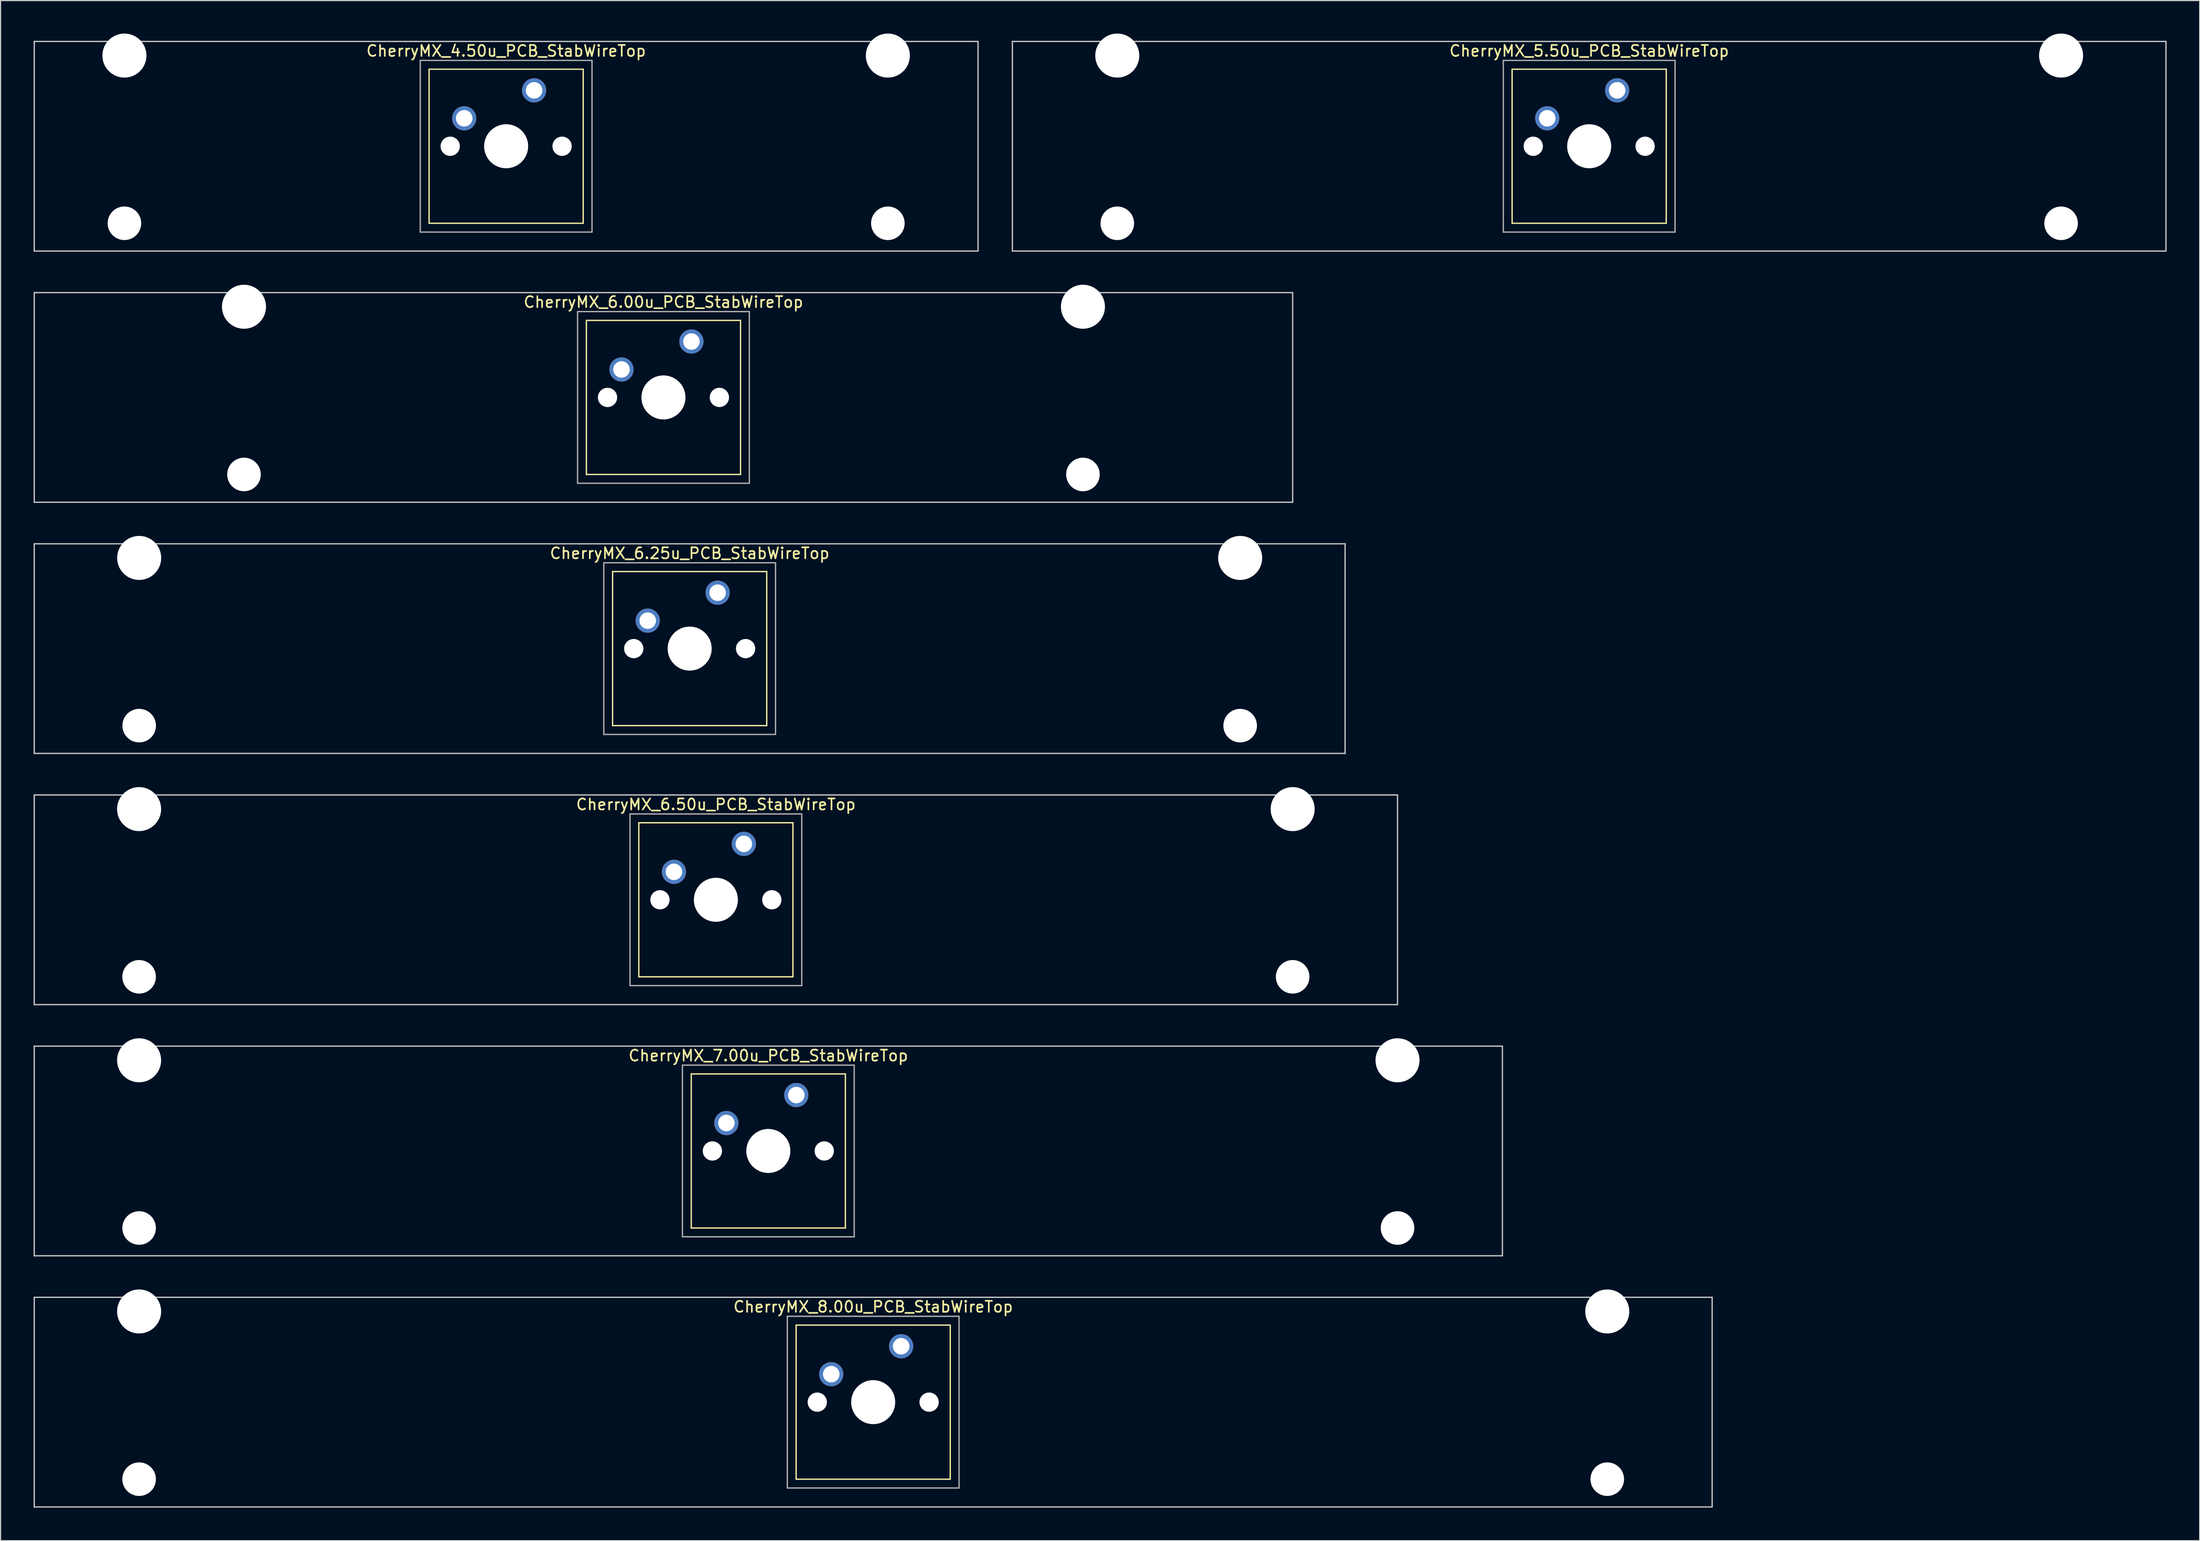
<source format=kicad_pcb>
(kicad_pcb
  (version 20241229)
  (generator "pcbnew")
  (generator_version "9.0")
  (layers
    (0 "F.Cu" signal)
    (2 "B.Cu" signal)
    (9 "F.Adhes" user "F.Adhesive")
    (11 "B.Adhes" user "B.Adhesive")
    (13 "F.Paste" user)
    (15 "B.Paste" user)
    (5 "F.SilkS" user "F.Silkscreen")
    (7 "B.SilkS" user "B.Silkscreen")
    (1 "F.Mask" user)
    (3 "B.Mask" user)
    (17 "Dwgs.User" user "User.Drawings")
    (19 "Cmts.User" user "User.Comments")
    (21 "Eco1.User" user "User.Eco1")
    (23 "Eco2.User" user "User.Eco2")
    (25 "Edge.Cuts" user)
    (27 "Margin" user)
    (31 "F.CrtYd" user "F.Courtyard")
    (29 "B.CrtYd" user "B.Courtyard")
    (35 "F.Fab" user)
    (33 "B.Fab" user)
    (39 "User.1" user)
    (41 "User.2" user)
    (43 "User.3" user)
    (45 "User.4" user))
  (footprint "CherryMX_6.50u_PCB_StabWireTop"
    (layer "F.Cu")
    (at 61.972 78.715)
    (property "Reference" "CherryMX_6.50u_PCB_StabWireTop" (at 0 -8.662 0) (layer "F.SilkS") (effects (font (size 1 1) (thickness 0.15))))
    (attr through_hole)
    (fp_line (start -7 -7) (end -7 7) (stroke (width 0.12) (type solid)) (layer "F.SilkS"))
    (fp_line (start -7 -7) (end 7 -7) (stroke (width 0.12) (type solid)) (layer "F.SilkS"))
    (fp_line (start 7 -7) (end 7 7) (stroke (width 0.12) (type solid)) (layer "F.SilkS"))
    (fp_line (start 7 7) (end -7 7) (stroke (width 0.12) (type solid)) (layer "F.SilkS"))
    (fp_line (start -61.913 -9.525) (end 61.913 -9.525) (stroke (width 0.12) (type solid)) (layer "Dwgs.User"))
    (fp_line (start -61.913 9.525) (end -61.913 -9.525) (stroke (width 0.12) (type solid)) (layer "Dwgs.User"))
    (fp_line (start 61.913 -9.525) (end 61.913 9.525) (stroke (width 0.12) (type solid)) (layer "Dwgs.User"))
    (fp_line (start 61.913 9.525) (end -61.913 9.525) (stroke (width 0.12) (type solid)) (layer "Dwgs.User"))
    (fp_line (start -7.8 -7.8) (end -7.8 7.8) (stroke (width 0.12) (type solid)) (layer "F.Fab"))
    (fp_line (start -7.8 -7.8) (end 7.8 -7.8) (stroke (width 0.12) (type solid)) (layer "F.Fab"))
    (fp_line (start -7.8 7.8) (end 7.8 7.8) (stroke (width 0.12) (type solid)) (layer "F.Fab"))
    (fp_line (start 7.8 -7.8) (end 7.8 7.8) (stroke (width 0.12) (type solid)) (layer "F.Fab"))
    (pad "" np_thru_hole circle (at -52.388 -8.24) (size 4 4) (drill 4) (layers "*.Cu" "*.Mask"))
    (pad "" np_thru_hole circle (at -52.388 7) (size 3.05 3.05) (drill 3.05) (layers "*.Cu" "*.Mask"))
    (pad "" np_thru_hole circle (at -5.08 0) (size 1.75 1.75) (drill 1.75) (layers "*.Cu" "*.Mask"))
    (pad "" np_thru_hole circle (at 0 0) (size 4 4) (drill 4) (layers "*.Cu" "*.Mask"))
    (pad "" np_thru_hole circle (at 5.08 0) (size 1.75 1.75) (drill 1.75) (layers "*.Cu" "*.Mask"))
    (pad "" np_thru_hole circle (at 52.388 -8.24) (size 4 4) (drill 4) (layers "*.Cu" "*.Mask"))
    (pad "" np_thru_hole circle (at 52.388 7) (size 3.05 3.05) (drill 3.05) (layers "*.Cu" "*.Mask"))
    (pad "1" thru_hole circle (at -3.81 -2.54) (size 2.2 2.2) (drill 1.5) (layers "*.Cu" "*.Mask"))
    (pad "2" thru_hole circle (at 2.54 -5.08) (size 2.2 2.2) (drill 1.5) (layers "*.Cu" "*.Mask")))
  (footprint "CherryMX_7.00u_PCB_StabWireTop"
    (layer "F.Cu")
    (at 66.735 101.54)
    (property "Reference" "CherryMX_7.00u_PCB_StabWireTop" (at 0 -8.662 0) (layer "F.SilkS") (effects (font (size 1 1) (thickness 0.15))))
    (attr through_hole)
    (fp_line (start -7 -7) (end -7 7) (stroke (width 0.12) (type solid)) (layer "F.SilkS"))
    (fp_line (start -7 -7) (end 7 -7) (stroke (width 0.12) (type solid)) (layer "F.SilkS"))
    (fp_line (start 7 -7) (end 7 7) (stroke (width 0.12) (type solid)) (layer "F.SilkS"))
    (fp_line (start 7 7) (end -7 7) (stroke (width 0.12) (type solid)) (layer "F.SilkS"))
    (fp_line (start -66.675 -9.525) (end 66.675 -9.525) (stroke (width 0.12) (type solid)) (layer "Dwgs.User"))
    (fp_line (start -66.675 9.525) (end -66.675 -9.525) (stroke (width 0.12) (type solid)) (layer "Dwgs.User"))
    (fp_line (start 66.675 -9.525) (end 66.675 9.525) (stroke (width 0.12) (type solid)) (layer "Dwgs.User"))
    (fp_line (start 66.675 9.525) (end -66.675 9.525) (stroke (width 0.12) (type solid)) (layer "Dwgs.User"))
    (fp_line (start -7.8 -7.8) (end -7.8 7.8) (stroke (width 0.12) (type solid)) (layer "F.Fab"))
    (fp_line (start -7.8 -7.8) (end 7.8 -7.8) (stroke (width 0.12) (type solid)) (layer "F.Fab"))
    (fp_line (start -7.8 7.8) (end 7.8 7.8) (stroke (width 0.12) (type solid)) (layer "F.Fab"))
    (fp_line (start 7.8 -7.8) (end 7.8 7.8) (stroke (width 0.12) (type solid)) (layer "F.Fab"))
    (pad "" np_thru_hole circle (at -57.15 -8.24) (size 4 4) (drill 4) (layers "*.Cu" "*.Mask"))
    (pad "" np_thru_hole circle (at -57.15 7) (size 3.05 3.05) (drill 3.05) (layers "*.Cu" "*.Mask"))
    (pad "" np_thru_hole circle (at -5.08 0) (size 1.75 1.75) (drill 1.75) (layers "*.Cu" "*.Mask"))
    (pad "" np_thru_hole circle (at 0 0) (size 4 4) (drill 4) (layers "*.Cu" "*.Mask"))
    (pad "" np_thru_hole circle (at 5.08 0) (size 1.75 1.75) (drill 1.75) (layers "*.Cu" "*.Mask"))
    (pad "" np_thru_hole circle (at 57.15 -8.24) (size 4 4) (drill 4) (layers "*.Cu" "*.Mask"))
    (pad "" np_thru_hole circle (at 57.15 7) (size 3.05 3.05) (drill 3.05) (layers "*.Cu" "*.Mask"))
    (pad "1" thru_hole circle (at -3.81 -2.54) (size 2.2 2.2) (drill 1.5) (layers "*.Cu" "*.Mask"))
    (pad "2" thru_hole circle (at 2.54 -5.08) (size 2.2 2.2) (drill 1.5) (layers "*.Cu" "*.Mask")))
  (footprint "CherryMX_4.50u_PCB_StabWireTop"
    (layer "F.Cu")
    (at 42.922 10.24)
    (property "Reference" "CherryMX_4.50u_PCB_StabWireTop" (at 0 -8.662 0) (layer "F.SilkS") (effects (font (size 1 1) (thickness 0.15))))
    (attr through_hole)
    (fp_line (start -7 -7) (end -7 7) (stroke (width 0.12) (type solid)) (layer "F.SilkS"))
    (fp_line (start -7 -7) (end 7 -7) (stroke (width 0.12) (type solid)) (layer "F.SilkS"))
    (fp_line (start 7 -7) (end 7 7) (stroke (width 0.12) (type solid)) (layer "F.SilkS"))
    (fp_line (start 7 7) (end -7 7) (stroke (width 0.12) (type solid)) (layer "F.SilkS"))
    (fp_line (start -42.862 -9.525) (end 42.862 -9.525) (stroke (width 0.12) (type solid)) (layer "Dwgs.User"))
    (fp_line (start -42.862 9.525) (end -42.862 -9.525) (stroke (width 0.12) (type solid)) (layer "Dwgs.User"))
    (fp_line (start 42.862 -9.525) (end 42.862 9.525) (stroke (width 0.12) (type solid)) (layer "Dwgs.User"))
    (fp_line (start 42.862 9.525) (end -42.862 9.525) (stroke (width 0.12) (type solid)) (layer "Dwgs.User"))
    (fp_line (start -7.8 -7.8) (end -7.8 7.8) (stroke (width 0.12) (type solid)) (layer "F.Fab"))
    (fp_line (start -7.8 -7.8) (end 7.8 -7.8) (stroke (width 0.12) (type solid)) (layer "F.Fab"))
    (fp_line (start -7.8 7.8) (end 7.8 7.8) (stroke (width 0.12) (type solid)) (layer "F.Fab"))
    (fp_line (start 7.8 -7.8) (end 7.8 7.8) (stroke (width 0.12) (type solid)) (layer "F.Fab"))
    (pad "" np_thru_hole circle (at -34.671 -8.24) (size 4 4) (drill 4) (layers "*.Cu" "*.Mask"))
    (pad "" np_thru_hole circle (at -34.671 7) (size 3.05 3.05) (drill 3.05) (layers "*.Cu" "*.Mask"))
    (pad "" np_thru_hole circle (at -5.08 0) (size 1.75 1.75) (drill 1.75) (layers "*.Cu" "*.Mask"))
    (pad "" np_thru_hole circle (at 0 0) (size 4 4) (drill 4) (layers "*.Cu" "*.Mask"))
    (pad "" np_thru_hole circle (at 5.08 0) (size 1.75 1.75) (drill 1.75) (layers "*.Cu" "*.Mask"))
    (pad "" np_thru_hole circle (at 34.671 -8.24) (size 4 4) (drill 4) (layers "*.Cu" "*.Mask"))
    (pad "" np_thru_hole circle (at 34.671 7) (size 3.05 3.05) (drill 3.05) (layers "*.Cu" "*.Mask"))
    (pad "1" thru_hole circle (at -3.81 -2.54) (size 2.2 2.2) (drill 1.5) (layers "*.Cu" "*.Mask"))
    (pad "2" thru_hole circle (at 2.54 -5.08) (size 2.2 2.2) (drill 1.5) (layers "*.Cu" "*.Mask")))
  (footprint "CherryMX_8.00u_PCB_StabWireTop"
    (layer "F.Cu")
    (at 76.26 124.365)
    (property "Reference" "CherryMX_8.00u_PCB_StabWireTop" (at 0 -8.662 0) (layer "F.SilkS") (effects (font (size 1 1) (thickness 0.15))))
    (attr through_hole)
    (fp_line (start -7 -7) (end -7 7) (stroke (width 0.12) (type solid)) (layer "F.SilkS"))
    (fp_line (start -7 -7) (end 7 -7) (stroke (width 0.12) (type solid)) (layer "F.SilkS"))
    (fp_line (start 7 -7) (end 7 7) (stroke (width 0.12) (type solid)) (layer "F.SilkS"))
    (fp_line (start 7 7) (end -7 7) (stroke (width 0.12) (type solid)) (layer "F.SilkS"))
    (fp_line (start -76.2 -9.525) (end 76.2 -9.525) (stroke (width 0.12) (type solid)) (layer "Dwgs.User"))
    (fp_line (start -76.2 9.525) (end -76.2 -9.525) (stroke (width 0.12) (type solid)) (layer "Dwgs.User"))
    (fp_line (start 76.2 -9.525) (end 76.2 9.525) (stroke (width 0.12) (type solid)) (layer "Dwgs.User"))
    (fp_line (start 76.2 9.525) (end -76.2 9.525) (stroke (width 0.12) (type solid)) (layer "Dwgs.User"))
    (fp_line (start -7.8 -7.8) (end -7.8 7.8) (stroke (width 0.12) (type solid)) (layer "F.Fab"))
    (fp_line (start -7.8 -7.8) (end 7.8 -7.8) (stroke (width 0.12) (type solid)) (layer "F.Fab"))
    (fp_line (start -7.8 7.8) (end 7.8 7.8) (stroke (width 0.12) (type solid)) (layer "F.Fab"))
    (fp_line (start 7.8 -7.8) (end 7.8 7.8) (stroke (width 0.12) (type solid)) (layer "F.Fab"))
    (pad "" np_thru_hole circle (at -66.675 -8.24) (size 4 4) (drill 4) (layers "*.Cu" "*.Mask"))
    (pad "" np_thru_hole circle (at -66.675 7) (size 3.05 3.05) (drill 3.05) (layers "*.Cu" "*.Mask"))
    (pad "" np_thru_hole circle (at -5.08 0) (size 1.75 1.75) (drill 1.75) (layers "*.Cu" "*.Mask"))
    (pad "" np_thru_hole circle (at 0 0) (size 4 4) (drill 4) (layers "*.Cu" "*.Mask"))
    (pad "" np_thru_hole circle (at 5.08 0) (size 1.75 1.75) (drill 1.75) (layers "*.Cu" "*.Mask"))
    (pad "" np_thru_hole circle (at 66.675 -8.24) (size 4 4) (drill 4) (layers "*.Cu" "*.Mask"))
    (pad "" np_thru_hole circle (at 66.675 7) (size 3.05 3.05) (drill 3.05) (layers "*.Cu" "*.Mask"))
    (pad "1" thru_hole circle (at -3.81 -2.54) (size 2.2 2.2) (drill 1.5) (layers "*.Cu" "*.Mask"))
    (pad "2" thru_hole circle (at 2.54 -5.08) (size 2.2 2.2) (drill 1.5) (layers "*.Cu" "*.Mask")))
  (footprint "CherryMX_6.25u_PCB_StabWireTop"
    (layer "F.Cu")
    (at 59.591 55.89)
    (property "Reference" "CherryMX_6.25u_PCB_StabWireTop" (at 0 -8.662 0) (layer "F.SilkS") (effects (font (size 1 1) (thickness 0.15))))
    (attr through_hole)
    (fp_line (start -7 -7) (end -7 7) (stroke (width 0.12) (type solid)) (layer "F.SilkS"))
    (fp_line (start -7 -7) (end 7 -7) (stroke (width 0.12) (type solid)) (layer "F.SilkS"))
    (fp_line (start 7 -7) (end 7 7) (stroke (width 0.12) (type solid)) (layer "F.SilkS"))
    (fp_line (start 7 7) (end -7 7) (stroke (width 0.12) (type solid)) (layer "F.SilkS"))
    (fp_line (start -59.531 -9.525) (end 59.531 -9.525) (stroke (width 0.12) (type solid)) (layer "Dwgs.User"))
    (fp_line (start -59.531 9.525) (end -59.531 -9.525) (stroke (width 0.12) (type solid)) (layer "Dwgs.User"))
    (fp_line (start 59.531 -9.525) (end 59.531 9.525) (stroke (width 0.12) (type solid)) (layer "Dwgs.User"))
    (fp_line (start 59.531 9.525) (end -59.531 9.525) (stroke (width 0.12) (type solid)) (layer "Dwgs.User"))
    (fp_line (start -7.8 -7.8) (end -7.8 7.8) (stroke (width 0.12) (type solid)) (layer "F.Fab"))
    (fp_line (start -7.8 -7.8) (end 7.8 -7.8) (stroke (width 0.12) (type solid)) (layer "F.Fab"))
    (fp_line (start -7.8 7.8) (end 7.8 7.8) (stroke (width 0.12) (type solid)) (layer "F.Fab"))
    (fp_line (start 7.8 -7.8) (end 7.8 7.8) (stroke (width 0.12) (type solid)) (layer "F.Fab"))
    (pad "" np_thru_hole circle (at -50 -8.24) (size 4 4) (drill 4) (layers "*.Cu" "*.Mask"))
    (pad "" np_thru_hole circle (at -50 7) (size 3.05 3.05) (drill 3.05) (layers "*.Cu" "*.Mask"))
    (pad "" np_thru_hole circle (at -5.08 0) (size 1.75 1.75) (drill 1.75) (layers "*.Cu" "*.Mask"))
    (pad "" np_thru_hole circle (at 0 0) (size 4 4) (drill 4) (layers "*.Cu" "*.Mask"))
    (pad "" np_thru_hole circle (at 5.08 0) (size 1.75 1.75) (drill 1.75) (layers "*.Cu" "*.Mask"))
    (pad "" np_thru_hole circle (at 50 -8.24) (size 4 4) (drill 4) (layers "*.Cu" "*.Mask"))
    (pad "" np_thru_hole circle (at 50 7) (size 3.05 3.05) (drill 3.05) (layers "*.Cu" "*.Mask"))
    (pad "1" thru_hole circle (at -3.81 -2.54) (size 2.2 2.2) (drill 1.5) (layers "*.Cu" "*.Mask"))
    (pad "2" thru_hole circle (at 2.54 -5.08) (size 2.2 2.2) (drill 1.5) (layers "*.Cu" "*.Mask")))
  (footprint "CherryMX_5.50u_PCB_StabWireTop"
    (layer "F.Cu")
    (at 141.292 10.24)
    (property "Reference" "CherryMX_5.50u_PCB_StabWireTop" (at 0 -8.662 0) (layer "F.SilkS") (effects (font (size 1 1) (thickness 0.15))))
    (attr through_hole)
    (fp_line (start -7 -7) (end -7 7) (stroke (width 0.12) (type solid)) (layer "F.SilkS"))
    (fp_line (start -7 -7) (end 7 -7) (stroke (width 0.12) (type solid)) (layer "F.SilkS"))
    (fp_line (start 7 -7) (end 7 7) (stroke (width 0.12) (type solid)) (layer "F.SilkS"))
    (fp_line (start 7 7) (end -7 7) (stroke (width 0.12) (type solid)) (layer "F.SilkS"))
    (fp_line (start -52.388 -9.525) (end 52.388 -9.525) (stroke (width 0.12) (type solid)) (layer "Dwgs.User"))
    (fp_line (start -52.388 9.525) (end -52.388 -9.525) (stroke (width 0.12) (type solid)) (layer "Dwgs.User"))
    (fp_line (start 52.388 -9.525) (end 52.388 9.525) (stroke (width 0.12) (type solid)) (layer "Dwgs.User"))
    (fp_line (start 52.388 9.525) (end -52.388 9.525) (stroke (width 0.12) (type solid)) (layer "Dwgs.User"))
    (fp_line (start -7.8 -7.8) (end -7.8 7.8) (stroke (width 0.12) (type solid)) (layer "F.Fab"))
    (fp_line (start -7.8 -7.8) (end 7.8 -7.8) (stroke (width 0.12) (type solid)) (layer "F.Fab"))
    (fp_line (start -7.8 7.8) (end 7.8 7.8) (stroke (width 0.12) (type solid)) (layer "F.Fab"))
    (fp_line (start 7.8 -7.8) (end 7.8 7.8) (stroke (width 0.12) (type solid)) (layer "F.Fab"))
    (pad "" np_thru_hole circle (at -42.862 -8.24) (size 4 4) (drill 4) (layers "*.Cu" "*.Mask"))
    (pad "" np_thru_hole circle (at -42.862 7) (size 3.05 3.05) (drill 3.05) (layers "*.Cu" "*.Mask"))
    (pad "" np_thru_hole circle (at -5.08 0) (size 1.75 1.75) (drill 1.75) (layers "*.Cu" "*.Mask"))
    (pad "" np_thru_hole circle (at 0 0) (size 4 4) (drill 4) (layers "*.Cu" "*.Mask"))
    (pad "" np_thru_hole circle (at 5.08 0) (size 1.75 1.75) (drill 1.75) (layers "*.Cu" "*.Mask"))
    (pad "" np_thru_hole circle (at 42.862 -8.24) (size 4 4) (drill 4) (layers "*.Cu" "*.Mask"))
    (pad "" np_thru_hole circle (at 42.862 7) (size 3.05 3.05) (drill 3.05) (layers "*.Cu" "*.Mask"))
    (pad "1" thru_hole circle (at -3.81 -2.54) (size 2.2 2.2) (drill 1.5) (layers "*.Cu" "*.Mask"))
    (pad "2" thru_hole circle (at 2.54 -5.08) (size 2.2 2.2) (drill 1.5) (layers "*.Cu" "*.Mask")))
  (footprint "CherryMX_6.00u_PCB_StabWireTop"
    (layer "F.Cu")
    (at 57.21 33.065)
    (property "Reference" "CherryMX_6.00u_PCB_StabWireTop" (at 0 -8.662 0) (layer "F.SilkS") (effects (font (size 1 1) (thickness 0.15))))
    (attr through_hole)
    (fp_line (start -7 -7) (end -7 7) (stroke (width 0.12) (type solid)) (layer "F.SilkS"))
    (fp_line (start -7 -7) (end 7 -7) (stroke (width 0.12) (type solid)) (layer "F.SilkS"))
    (fp_line (start 7 -7) (end 7 7) (stroke (width 0.12) (type solid)) (layer "F.SilkS"))
    (fp_line (start 7 7) (end -7 7) (stroke (width 0.12) (type solid)) (layer "F.SilkS"))
    (fp_line (start -57.15 -9.525) (end 57.15 -9.525) (stroke (width 0.12) (type solid)) (layer "Dwgs.User"))
    (fp_line (start -57.15 9.525) (end -57.15 -9.525) (stroke (width 0.12) (type solid)) (layer "Dwgs.User"))
    (fp_line (start 57.15 -9.525) (end 57.15 9.525) (stroke (width 0.12) (type solid)) (layer "Dwgs.User"))
    (fp_line (start 57.15 9.525) (end -57.15 9.525) (stroke (width 0.12) (type solid)) (layer "Dwgs.User"))
    (fp_line (start -7.8 -7.8) (end -7.8 7.8) (stroke (width 0.12) (type solid)) (layer "F.Fab"))
    (fp_line (start -7.8 -7.8) (end 7.8 -7.8) (stroke (width 0.12) (type solid)) (layer "F.Fab"))
    (fp_line (start -7.8 7.8) (end 7.8 7.8) (stroke (width 0.12) (type solid)) (layer "F.Fab"))
    (fp_line (start 7.8 -7.8) (end 7.8 7.8) (stroke (width 0.12) (type solid)) (layer "F.Fab"))
    (pad "" np_thru_hole circle (at -38.1 -8.24) (size 4 4) (drill 4) (layers "*.Cu" "*.Mask"))
    (pad "" np_thru_hole circle (at -38.1 7) (size 3.05 3.05) (drill 3.05) (layers "*.Cu" "*.Mask"))
    (pad "" np_thru_hole circle (at -5.08 0) (size 1.75 1.75) (drill 1.75) (layers "*.Cu" "*.Mask"))
    (pad "" np_thru_hole circle (at 0 0) (size 4 4) (drill 4) (layers "*.Cu" "*.Mask"))
    (pad "" np_thru_hole circle (at 5.08 0) (size 1.75 1.75) (drill 1.75) (layers "*.Cu" "*.Mask"))
    (pad "" np_thru_hole circle (at 38.1 -8.24) (size 4 4) (drill 4) (layers "*.Cu" "*.Mask"))
    (pad "" np_thru_hole circle (at 38.1 7) (size 3.05 3.05) (drill 3.05) (layers "*.Cu" "*.Mask"))
    (pad "1" thru_hole circle (at -3.81 -2.54) (size 2.2 2.2) (drill 1.5) (layers "*.Cu" "*.Mask"))
    (pad "2" thru_hole circle (at 2.54 -5.08) (size 2.2 2.2) (drill 1.5) (layers "*.Cu" "*.Mask")))
  (gr_rect
    (start -3 -3)
    (end 196.74 136.95)
    (stroke (width 0.1) (type default))
    (fill no)
    (layer "Edge.Cuts")))
</source>
